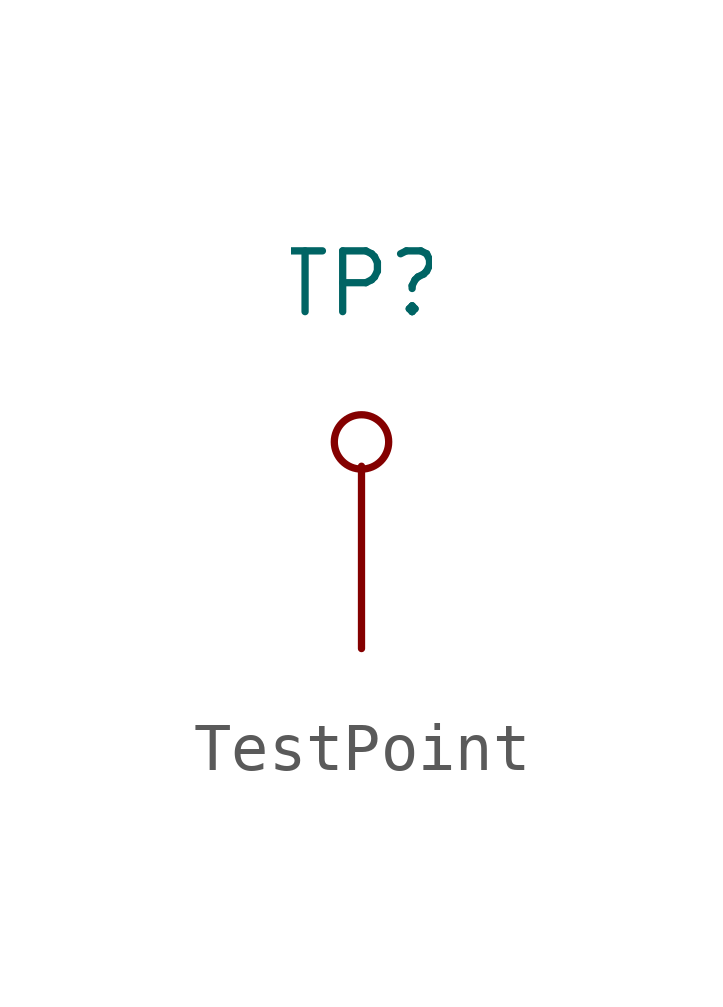
<source format=kicad_sym>
(kicad_symbol_lib
  (version 20211014)
  (generator kicad_symbol_editor)
  (symbol "TestPoint"
    (property "Reference" "TP"
      (at 0 0 0)
      (effects (font (size 1.27 1.27))))
    (symbol "TestPoint_0_1"
      (circle (center 0 -3.302) (radius 0.568) (stroke (width 0) (type default) (color 0 0 0 0)) (fill (type none))))
    (symbol "TestPoint_1_1"
      (pin bidirectional line (at 0 -7.62 90) (length 3.81) (name "~" (effects (font (size 1.27 1.27)))) (number "" (effects (font (size 1.27 1.27))))))))
</source>
